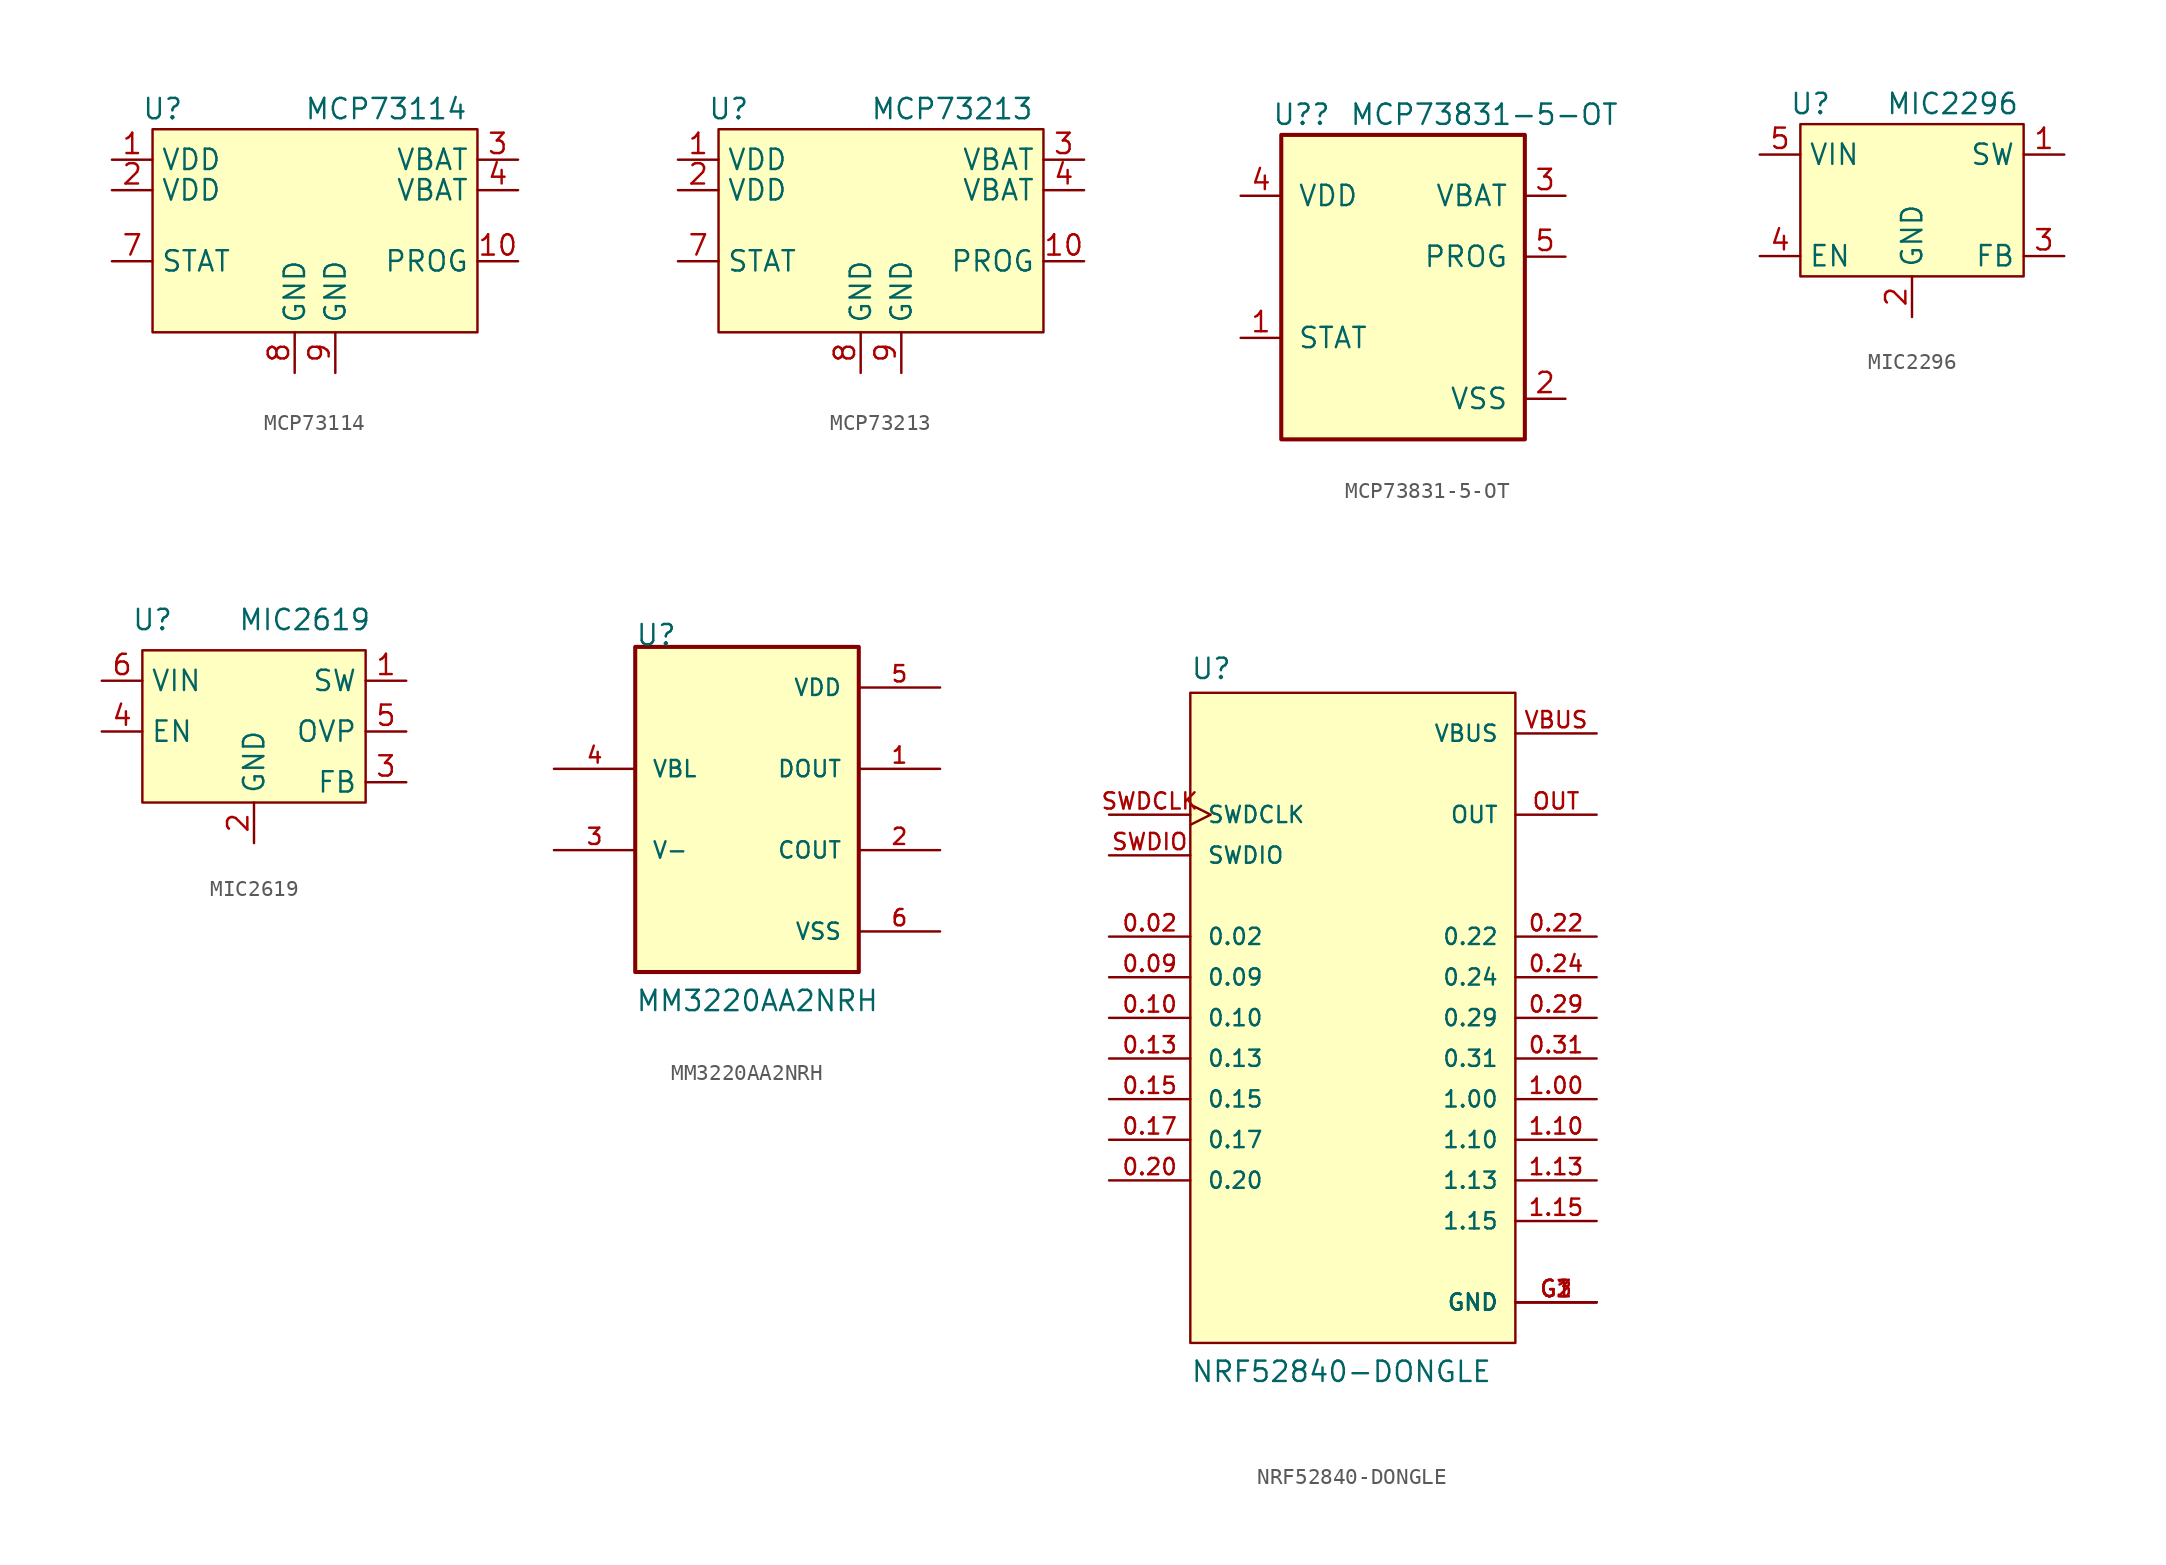
<source format=kicad_sym>
(kicad_symbol_lib
  (version 20220914)
  (generator kicad_symbol_editor)
  (symbol "MCP73114"
    (property "Reference" "U"
      (at -9.525 3.175 0)
      (effects (font (size 1.27 1.27))))
    (property "Value" "MCP73114"
      (at 4.445 3.175 0)
      (effects (font (size 1.27 1.27))))
    (symbol "MCP73114_0_1"
      (rectangle (start -10.16 1.905) (end 10.16 -10.795) (stroke (width 0) (type default)) (fill (type background))))
    (symbol "MCP73114_1_1"
      (pin power_in line (at -12.7 0 0) (length 2.54) (name "VDD" (effects (font (size 1.27 1.27)))) (number "1" (effects (font (size 1.27 1.27)))))
      (pin input line (at 12.7 -6.35 180) (length 2.54) (name "PROG" (effects (font (size 1.27 1.27)))) (number "10" (effects (font (size 1.27 1.27)))))
      (pin power_in line (at -12.7 -1.905 0) (length 2.54) (name "VDD" (effects (font (size 1.27 1.27)))) (number "2" (effects (font (size 1.27 1.27)))))
      (pin power_out line (at 12.7 0 180) (length 2.54) (name "VBAT" (effects (font (size 1.27 1.27)))) (number "3" (effects (font (size 1.27 1.27)))))
      (pin power_out line (at 12.7 -1.905 180) (length 2.54) (name "VBAT" (effects (font (size 1.27 1.27)))) (number "4" (effects (font (size 1.27 1.27)))))
      (pin output line (at -12.7 -6.35 0) (length 2.54) (name "STAT" (effects (font (size 1.27 1.27)))) (number "7" (effects (font (size 1.27 1.27)))))
      (pin power_in line (at -1.27 -13.335 90) (length 2.54) (name "GND" (effects (font (size 1.27 1.27)))) (number "8" (effects (font (size 1.27 1.27)))))
      (pin power_in line (at 1.27 -13.335 90) (length 2.54) (name "GND" (effects (font (size 1.27 1.27)))) (number "9" (effects (font (size 1.27 1.27)))))
      (pin no_connect line (at 0 -5.08 0) (length 2.54) hide (name "5" (effects (font (size 1.27 1.27)))) (number "NC" (effects (font (size 1.27 1.27)))))
      (pin no_connect line (at 0 -3.175 0) (length 2.54) hide (name "6" (effects (font (size 1.27 1.27)))) (number "NC" (effects (font (size 1.27 1.27)))))))
  (symbol "MCP73213"
    (property "Reference" "U"
      (at -9.525 3.175 0)
      (effects (font (size 1.27 1.27))))
    (property "Value" "MCP73213"
      (at 4.445 3.175 0)
      (effects (font (size 1.27 1.27))))
    (symbol "MCP73213_0_1"
      (rectangle (start -10.16 1.905) (end 10.16 -10.795) (stroke (width 0) (type default)) (fill (type background))))
    (symbol "MCP73213_1_1"
      (pin power_in line (at -12.7 0 0) (length 2.54) (name "VDD" (effects (font (size 1.27 1.27)))) (number "1" (effects (font (size 1.27 1.27)))))
      (pin input line (at 12.7 -6.35 180) (length 2.54) (name "PROG" (effects (font (size 1.27 1.27)))) (number "10" (effects (font (size 1.27 1.27)))))
      (pin power_in line (at -12.7 -1.905 0) (length 2.54) (name "VDD" (effects (font (size 1.27 1.27)))) (number "2" (effects (font (size 1.27 1.27)))))
      (pin power_out line (at 12.7 0 180) (length 2.54) (name "VBAT" (effects (font (size 1.27 1.27)))) (number "3" (effects (font (size 1.27 1.27)))))
      (pin power_out line (at 12.7 -1.905 180) (length 2.54) (name "VBAT" (effects (font (size 1.27 1.27)))) (number "4" (effects (font (size 1.27 1.27)))))
      (pin output line (at -12.7 -6.35 0) (length 2.54) (name "STAT" (effects (font (size 1.27 1.27)))) (number "7" (effects (font (size 1.27 1.27)))))
      (pin power_in line (at -1.27 -13.335 90) (length 2.54) (name "GND" (effects (font (size 1.27 1.27)))) (number "8" (effects (font (size 1.27 1.27)))))
      (pin power_in line (at 1.27 -13.335 90) (length 2.54) (name "GND" (effects (font (size 1.27 1.27)))) (number "9" (effects (font (size 1.27 1.27)))))
      (pin no_connect line (at 0 -5.08 0) (length 2.54) hide (name "5" (effects (font (size 1.27 1.27)))) (number "NC" (effects (font (size 1.27 1.27)))))
      (pin no_connect line (at 0 -3.175 0) (length 2.54) hide (name "6" (effects (font (size 1.27 1.27)))) (number "NC" (effects (font (size 1.27 1.27)))))))
  (symbol "MCP73831-5-OT"
    (pin_names
      (offset 1.016))
    (property "Reference" "U?"
      (at -6.35 8.89 0)
      (effects (font (size 1.27 1.27))))
    (property "Value" "MCP73831-5-OT"
      (at 5.08 8.89 0)
      (effects (font (size 1.27 1.27))))
    (symbol "MCP73831-5-OT_0_1"
      (rectangle (start -7.62 7.62) (end 7.62 -11.43) (stroke (width 0.254) (type default)) (fill (type background))))
    (symbol "MCP73831-5-OT_1_1"
      (pin output line (at -10.16 -5.08 0) (length 2.54) (name "STAT" (effects (font (size 1.27 1.27)))) (number "1" (effects (font (size 1.27 1.27)))))
      (pin power_in line (at 10.16 -8.89 180) (length 2.54) (name "VSS" (effects (font (size 1.27 1.27)))) (number "2" (effects (font (size 1.27 1.27)))))
      (pin power_out line (at 10.16 3.81 180) (length 2.54) (name "VBAT" (effects (font (size 1.27 1.27)))) (number "3" (effects (font (size 1.27 1.27)))))
      (pin power_in line (at -10.16 3.81 0) (length 2.54) (name "VDD" (effects (font (size 1.27 1.27)))) (number "4" (effects (font (size 1.27 1.27)))))
      (pin input line (at 10.16 0 180) (length 2.54) (name "PROG" (effects (font (size 1.27 1.27)))) (number "5" (effects (font (size 1.27 1.27)))))))
  (symbol "MIC2296"
    (property "Reference" "U"
      (at -6.35 3.175 0)
      (effects (font (size 1.27 1.27))))
    (property "Value" "MIC2296"
      (at 2.54 3.175 0)
      (effects (font (size 1.27 1.27))))
    (symbol "MIC2296_0_1"
      (rectangle (start -6.985 1.905) (end 6.985 -7.62) (stroke (width 0) (type default)) (fill (type background))))
    (symbol "MIC2296_1_1"
      (pin power_out line (at 9.525 0 180) (length 2.54) (name "SW" (effects (font (size 1.27 1.27)))) (number "1" (effects (font (size 1.27 1.27)))))
      (pin power_in line (at 0 -10.16 90) (length 2.54) (name "GND" (effects (font (size 1.27 1.27)))) (number "2" (effects (font (size 1.27 1.27)))))
      (pin input line (at 9.525 -6.35 180) (length 2.54) (name "FB" (effects (font (size 1.27 1.27)))) (number "3" (effects (font (size 1.27 1.27)))))
      (pin input line (at -9.525 -6.35 0) (length 2.54) (name "EN" (effects (font (size 1.27 1.27)))) (number "4" (effects (font (size 1.27 1.27)))))
      (pin power_in line (at -9.525 0 0) (length 2.54) (name "VIN" (effects (font (size 1.27 1.27)))) (number "5" (effects (font (size 1.27 1.27)))))))
  (symbol "MIC2619"
    (property "Reference" "U"
      (at -6.35 3.81 0)
      (effects (font (size 1.27 1.27))))
    (property "Value" "MIC2619"
      (at 3.175 3.81 0)
      (effects (font (size 1.27 1.27))))
    (symbol "MIC2619_0_1"
      (rectangle (start -6.985 1.905) (end 6.985 -7.62) (stroke (width 0) (type default)) (fill (type background))))
    (symbol "MIC2619_1_1"
      (pin power_out line (at 9.525 0 180) (length 2.54) (name "SW" (effects (font (size 1.27 1.27)))) (number "1" (effects (font (size 1.27 1.27)))))
      (pin power_in line (at 0 -10.16 90) (length 2.54) (name "GND" (effects (font (size 1.27 1.27)))) (number "2" (effects (font (size 1.27 1.27)))))
      (pin input line (at 9.525 -6.35 180) (length 2.54) (name "FB" (effects (font (size 1.27 1.27)))) (number "3" (effects (font (size 1.27 1.27)))))
      (pin input line (at -9.525 -3.175 0) (length 2.54) (name "EN" (effects (font (size 1.27 1.27)))) (number "4" (effects (font (size 1.27 1.27)))))
      (pin input line (at 9.525 -3.175 180) (length 2.54) (name "OVP" (effects (font (size 1.27 1.27)))) (number "5" (effects (font (size 1.27 1.27)))))
      (pin power_in line (at -9.525 0 0) (length 2.54) (name "VIN" (effects (font (size 1.27 1.27)))) (number "6" (effects (font (size 1.27 1.27)))))))
  (symbol "MM3220AA2NRH"
    (pin_names
      (offset 1.016))
    (property "Reference" "U"
      (at -6.35 8.89 0)
      (effects (font (size 1.27 1.27)) (justify left bottom)))
    (property "Value" "MM3220AA2NRH"
      (at -6.35 -13.97 0)
      (effects (font (size 1.27 1.27)) (justify left bottom)))
    (symbol "MM3220AA2NRH_0_0"
      (rectangle (start -6.35 8.89) (end 7.62 -11.43) (stroke (width 0.254) (type default)) (fill (type background)))
      (pin output line (at 12.7 1.27 180) (length 5.08) (name "DOUT" (effects (font (size 1.016 1.016)))) (number "1" (effects (font (size 1.016 1.016)))))
      (pin output line (at 12.7 -3.81 180) (length 5.08) (name "COUT" (effects (font (size 1.016 1.016)))) (number "2" (effects (font (size 1.016 1.016)))))
      (pin input line (at -11.43 -3.81 0) (length 5.08) (name "V-" (effects (font (size 1.016 1.016)))) (number "3" (effects (font (size 1.016 1.016)))))
      (pin input line (at -11.43 1.27 0) (length 5.08) (name "VBL" (effects (font (size 1.016 1.016)))) (number "4" (effects (font (size 1.016 1.016)))))
      (pin power_in line (at 12.7 6.35 180) (length 5.08) (name "VDD" (effects (font (size 1.016 1.016)))) (number "5" (effects (font (size 1.016 1.016)))))
      (pin power_in line (at 12.7 -8.89 180) (length 5.08) (name "VSS" (effects (font (size 1.016 1.016)))) (number "6" (effects (font (size 1.016 1.016)))))))
  (symbol "NRF52840-DONGLE"
    (pin_names
      (offset 1.016))
    (property "Reference" "U"
      (at -10.16 21.082 0)
      (effects (font (size 1.27 1.27)) (justify left bottom)))
    (property "Value" "NRF52840-DONGLE"
      (at -10.16 -22.86 0)
      (effects (font (size 1.27 1.27)) (justify left bottom)))
    (symbol "NRF52840-DONGLE_0_0"
      (rectangle (start -10.16 -20.32) (end 10.16 20.32) (stroke (width 0.152) (type default)) (fill (type background)))
      (pin bidirectional line (at -15.24 5.08 0) (length 5.08) (name "0.02" (effects (font (size 1.016 1.016)))) (number "0.02" (effects (font (size 1.016 1.016)))))
      (pin bidirectional line (at -15.24 2.54 0) (length 5.08) (name "0.09" (effects (font (size 1.016 1.016)))) (number "0.09" (effects (font (size 1.016 1.016)))))
      (pin bidirectional line (at -15.24 0 0) (length 5.08) (name "0.10" (effects (font (size 1.016 1.016)))) (number "0.10" (effects (font (size 1.016 1.016)))))
      (pin bidirectional line (at -15.24 -2.54 0) (length 5.08) (name "0.13" (effects (font (size 1.016 1.016)))) (number "0.13" (effects (font (size 1.016 1.016)))))
      (pin bidirectional line (at -15.24 -5.08 0) (length 5.08) (name "0.15" (effects (font (size 1.016 1.016)))) (number "0.15" (effects (font (size 1.016 1.016)))))
      (pin bidirectional line (at -15.24 -7.62 0) (length 5.08) (name "0.17" (effects (font (size 1.016 1.016)))) (number "0.17" (effects (font (size 1.016 1.016)))))
      (pin bidirectional line (at -15.24 -10.16 0) (length 5.08) (name "0.20" (effects (font (size 1.016 1.016)))) (number "0.20" (effects (font (size 1.016 1.016)))))
      (pin bidirectional line (at 15.24 5.08 180) (length 5.08) (name "0.22" (effects (font (size 1.016 1.016)))) (number "0.22" (effects (font (size 1.016 1.016)))))
      (pin bidirectional line (at 15.24 2.54 180) (length 5.08) (name "0.24" (effects (font (size 1.016 1.016)))) (number "0.24" (effects (font (size 1.016 1.016)))))
      (pin bidirectional line (at 15.24 0 180) (length 5.08) (name "0.29" (effects (font (size 1.016 1.016)))) (number "0.29" (effects (font (size 1.016 1.016)))))
      (pin bidirectional line (at 15.24 -2.54 180) (length 5.08) (name "0.31" (effects (font (size 1.016 1.016)))) (number "0.31" (effects (font (size 1.016 1.016)))))
      (pin bidirectional line (at 15.24 -5.08 180) (length 5.08) (name "1.00" (effects (font (size 1.016 1.016)))) (number "1.00" (effects (font (size 1.016 1.016)))))
      (pin bidirectional line (at 15.24 -7.62 180) (length 5.08) (name "1.10" (effects (font (size 1.016 1.016)))) (number "1.10" (effects (font (size 1.016 1.016)))))
      (pin bidirectional line (at 15.24 -10.16 180) (length 5.08) (name "1.13" (effects (font (size 1.016 1.016)))) (number "1.13" (effects (font (size 1.016 1.016)))))
      (pin bidirectional line (at 15.24 -12.7 180) (length 5.08) (name "1.15" (effects (font (size 1.016 1.016)))) (number "1.15" (effects (font (size 1.016 1.016)))))
      (pin power_in line (at 15.24 -17.78 180) (length 5.08) (name "GND" (effects (font (size 1.016 1.016)))) (number "G1" (effects (font (size 1.016 1.016)))))
      (pin power_in line (at 15.24 -17.78 180) (length 5.08) (name "GND" (effects (font (size 1.016 1.016)))) (number "G2" (effects (font (size 1.016 1.016)))))
      (pin power_in line (at 15.24 -17.78 180) (length 5.08) (name "GND" (effects (font (size 1.016 1.016)))) (number "G3" (effects (font (size 1.016 1.016)))))
      (pin output line (at 15.24 12.7 180) (length 5.08) (name "OUT" (effects (font (size 1.016 1.016)))) (number "OUT" (effects (font (size 1.016 1.016)))))
      (pin input clock (at -15.24 12.7 0) (length 5.08) (name "SWDCLK" (effects (font (size 1.016 1.016)))) (number "SWDCLK" (effects (font (size 1.016 1.016)))))
      (pin bidirectional line (at -15.24 10.16 0) (length 5.08) (name "SWDIO" (effects (font (size 1.016 1.016)))) (number "SWDIO" (effects (font (size 1.016 1.016)))))
      (pin power_in line (at 15.24 17.78 180) (length 5.08) (name "VBUS" (effects (font (size 1.016 1.016)))) (number "VBUS" (effects (font (size 1.016 1.016))))))))
</source>
